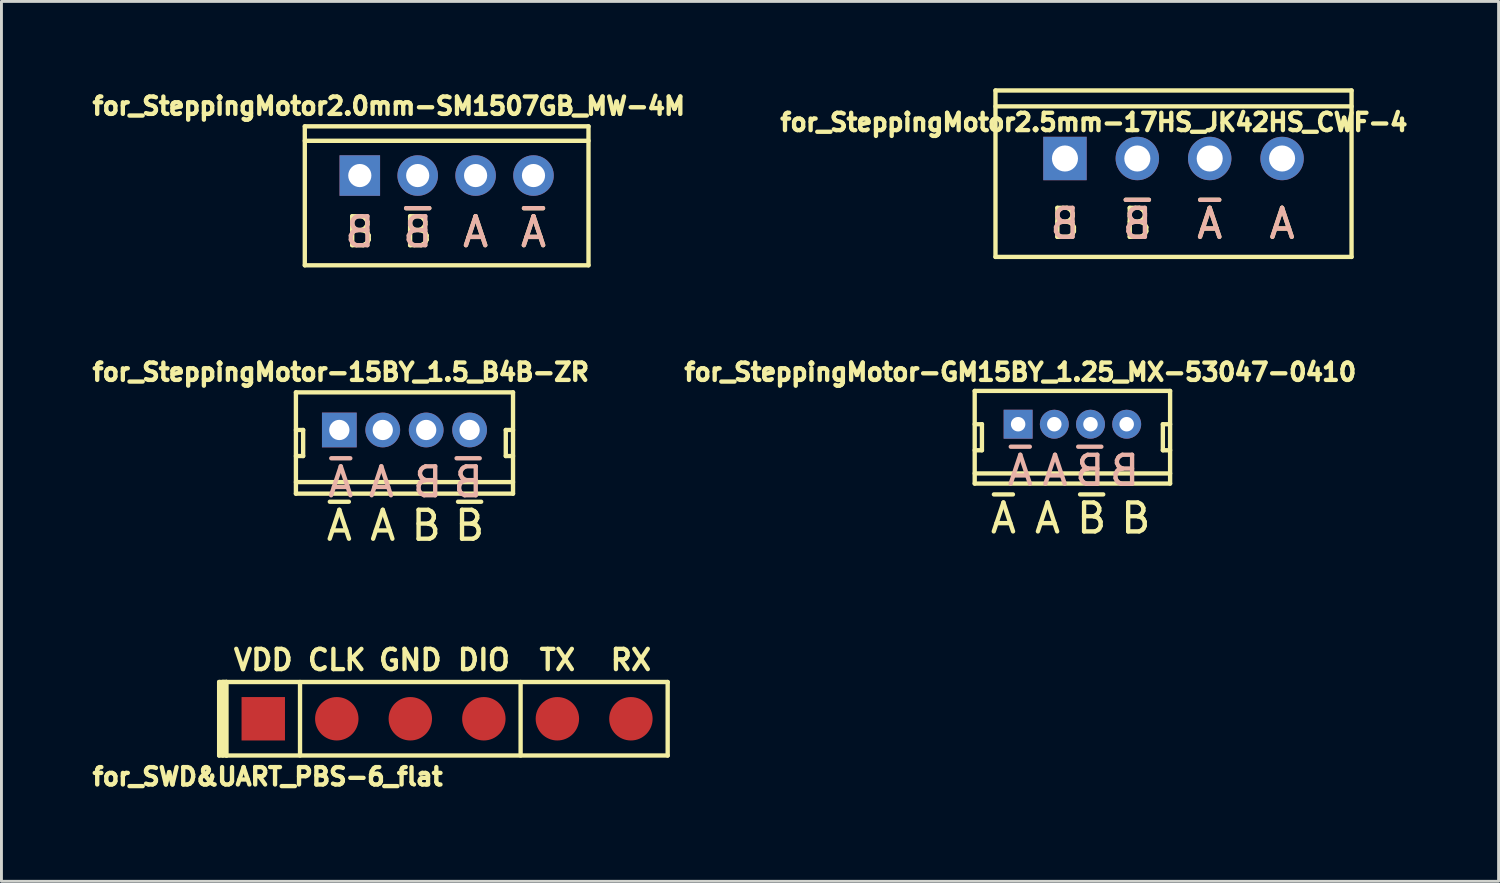
<source format=kicad_pcb>
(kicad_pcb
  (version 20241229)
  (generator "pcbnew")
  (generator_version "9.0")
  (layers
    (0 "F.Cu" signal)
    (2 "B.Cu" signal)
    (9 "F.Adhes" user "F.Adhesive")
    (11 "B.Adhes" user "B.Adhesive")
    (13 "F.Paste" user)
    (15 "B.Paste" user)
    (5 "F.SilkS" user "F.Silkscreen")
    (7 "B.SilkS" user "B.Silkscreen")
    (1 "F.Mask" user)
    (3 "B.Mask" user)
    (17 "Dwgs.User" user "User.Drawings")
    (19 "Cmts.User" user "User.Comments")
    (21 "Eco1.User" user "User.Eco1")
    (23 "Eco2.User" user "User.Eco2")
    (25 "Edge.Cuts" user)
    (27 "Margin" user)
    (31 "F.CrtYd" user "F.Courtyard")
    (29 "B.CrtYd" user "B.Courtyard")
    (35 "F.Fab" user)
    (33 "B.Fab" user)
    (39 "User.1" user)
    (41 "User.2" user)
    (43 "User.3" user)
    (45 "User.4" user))
  (footprint "for_SteppingMotor-15BY_1.5_B4B-ZR"
    (layer "F.Cu")
    (at 10.922 11.803)
    (property "Reference" "for_SteppingMotor-15BY_1.5_B4B-ZR" (at -2.2 -2 0) (layer "F.SilkS") (effects (font (size 0.6 0.6) (thickness 0.15))))
    (attr through_hole)
    (fp_line (start -3.75 -1.3) (end 3.75 -1.3) (stroke (width 0.15) (type solid)) (layer "F.SilkS"))
    (fp_line (start -3.75 0) (end -3.5 0) (stroke (width 0.15) (type solid)) (layer "F.SilkS"))
    (fp_line (start -3.75 2.2) (end -3.75 -1.3) (stroke (width 0.15) (type solid)) (layer "F.SilkS"))
    (fp_line (start -3.5 0) (end -3.5 0.9) (stroke (width 0.15) (type solid)) (layer "F.SilkS"))
    (fp_line (start -3.5 0.9) (end -3.75 0.9) (stroke (width 0.15) (type solid)) (layer "F.SilkS"))
    (fp_line (start 3.5 0) (end 3.5 0.9) (stroke (width 0.15) (type solid)) (layer "F.SilkS"))
    (fp_line (start 3.5 0.9) (end 3.75 0.9) (stroke (width 0.15) (type solid)) (layer "F.SilkS"))
    (fp_line (start 3.75 -1.3) (end 3.75 2.2) (stroke (width 0.15) (type solid)) (layer "F.SilkS"))
    (fp_line (start 3.75 0) (end 3.5 0) (stroke (width 0.15) (type solid)) (layer "F.SilkS"))
    (fp_line (start 3.75 1.8) (end -3.75 1.8) (stroke (width 0.15) (type solid)) (layer "F.SilkS"))
    (fp_line (start 3.75 2.2) (end -3.75 2.2) (stroke (width 0.15) (type solid)) (layer "F.SilkS"))
    (fp_text user "A" (at -0.75 3.302 0) (layer "F.SilkS") (effects (font (size 1 1) (thickness 0.15))))
    (fp_text user "~{A}" (at -2.25 3.302 0) (layer "F.SilkS") (effects (font (size 1 1) (thickness 0.15))))
    (fp_text user "B" (at 0.75 3.302 0) (layer "F.SilkS") (effects (font (size 1 1) (thickness 0.15))))
    (fp_text user "~{B}" (at 2.25 3.302 0) (layer "F.SilkS") (effects (font (size 1 1) (thickness 0.15))))
    (fp_text user "B" (at 0.8 1.8 0) (layer "B.SilkS") (effects (font (size 1 1) (thickness 0.15)) (justify mirror)))
    (fp_text user "~{A}" (at -2.2 1.8 0) (layer "B.SilkS") (effects (font (size 1 1) (thickness 0.15)) (justify mirror)))
    (fp_text user "~{B}" (at 2.2 1.8 0) (layer "B.SilkS") (effects (font (size 1 1) (thickness 0.15)) (justify mirror)))
    (fp_text user "A" (at -0.8 1.8 0) (layer "B.SilkS") (effects (font (size 1 1) (thickness 0.15))))
    (pad "A1" thru_hole circle (at -0.75 0) (size 1.2 1.2) (drill 0.7) (layers "*.Cu" "*.Mask"))
    (pad "A2" thru_hole rect (at -2.25 0) (size 1.2 1.2) (drill 0.7) (layers "*.Cu" "*.Mask"))
    (pad "B1" thru_hole circle (at 0.75 0) (size 1.2 1.2) (drill 0.7) (layers "*.Cu" "*.Mask"))
    (pad "B2" thru_hole circle (at 2.25 0) (size 1.2 1.2) (drill 0.7) (layers "*.Cu" "*.Mask")))
  (footprint "for_SWD&UART_PBS-6_flat"
    (layer "F.Cu")
    (at 12.394 21.779)
    (property "Reference" "for_SWD&UART_PBS-6_flat" (at -6.2 2 0) (layer "F.SilkS") (effects (font (size 0.6 0.6) (thickness 0.15))))
    (attr through_hole)
    (fp_line (start -7.874 -1.27) (end -7.62 -1.27) (stroke (width 0.15) (type solid)) (layer "F.SilkS"))
    (fp_line (start -7.874 1.27) (end -7.874 -1.27) (stroke (width 0.15) (type solid)) (layer "F.SilkS"))
    (fp_line (start -7.747 -1.27) (end -7.747 1.27) (stroke (width 0.15) (type solid)) (layer "F.SilkS"))
    (fp_line (start -7.62 -1.27) (end -7.747 -1.27) (stroke (width 0.15) (type solid)) (layer "F.SilkS"))
    (fp_line (start -7.62 -1.27) (end 7.62 -1.27) (stroke (width 0.15) (type solid)) (layer "F.SilkS"))
    (fp_line (start -7.62 1.27) (end -7.874 1.27) (stroke (width 0.15) (type solid)) (layer "F.SilkS"))
    (fp_line (start -7.62 1.27) (end -7.62 -1.27) (stroke (width 0.15) (type solid)) (layer "F.SilkS"))
    (fp_line (start -7.62 1.27) (end 7.62 1.27) (stroke (width 0.15) (type solid)) (layer "F.SilkS"))
    (fp_line (start -5.08 -1.27) (end -5.08 1.27) (stroke (width 0.15) (type solid)) (layer "F.SilkS"))
    (fp_line (start 2.54 -1.27) (end 2.54 1.27) (stroke (width 0.15) (type solid)) (layer "F.SilkS"))
    (fp_line (start 7.62 -1.27) (end 7.62 1.27) (stroke (width 0.15) (type solid)) (layer "F.SilkS"))
    (fp_text user "GND" (at -1.27 -2.032 0) (layer "F.SilkS") (effects (font (size 0.7 0.7) (thickness 0.15))))
    (fp_text user "RX" (at 6.35 -2.032 0) (layer "F.SilkS") (effects (font (size 0.7 0.7) (thickness 0.15))))
    (fp_text user "DIO" (at 1.27 -2.032 0) (layer "F.SilkS") (effects (font (size 0.7 0.7) (thickness 0.15))))
    (fp_text user "CLK" (at -3.81 -2.032 0) (layer "F.SilkS") (effects (font (size 0.7 0.7) (thickness 0.15))))
    (fp_text user "VDD" (at -6.35 -2.032 0) (layer "F.SilkS") (effects (font (size 0.7 0.7) (thickness 0.15))))
    (fp_text user "TX" (at 3.81 -2.032 0) (layer "F.SilkS") (effects (font (size 0.7 0.7) (thickness 0.15))))
    (pad "1" smd rect (at -6.35 0) (size 1.5 1.5) (layers "F.Cu" "F.Mask" "F.Paste"))
    (pad "2" smd circle (at -3.81 0) (size 1.5 1.5) (layers "F.Cu" "F.Mask" "F.Paste"))
    (pad "3" smd circle (at -1.27 0) (size 1.5 1.5) (layers "F.Cu" "F.Mask" "F.Paste"))
    (pad "4" smd circle (at 1.27 0) (size 1.5 1.5) (layers "F.Cu" "F.Mask" "F.Paste"))
    (pad "5" smd circle (at 3.81 0) (size 1.5 1.5) (layers "F.Cu" "F.Mask" "F.Paste"))
    (pad "6" smd circle (at 6.35 0) (size 1.5 1.5) (layers "F.Cu" "F.Mask" "F.Paste")))
  (footprint "for_SteppingMotor2.0mm-SM1507GB_MW-4M"
    (layer "F.Cu")
    (at 12.379 3.014)
    (property "Reference" "for_SteppingMotor2.0mm-SM1507GB_MW-4M" (at -2 -2.4 180) (layer "F.SilkS") (effects (font (size 0.6 0.6) (thickness 0.15))))
    (attr through_hole)
    (fp_line (start -4.9 -1.7) (end 4.9 -1.7) (stroke (width 0.15) (type solid)) (layer "F.SilkS"))
    (fp_line (start -4.9 -1.2) (end 4.9 -1.2) (stroke (width 0.15) (type solid)) (layer "F.SilkS"))
    (fp_line (start -4.9 3.1) (end -4.9 -1.7) (stroke (width 0.15) (type solid)) (layer "F.SilkS"))
    (fp_line (start 4.9 -1.7) (end 4.9 3.1) (stroke (width 0.15) (type solid)) (layer "F.SilkS"))
    (fp_line (start 4.9 3.1) (end -4.9 3.1) (stroke (width 0.15) (type solid)) (layer "F.SilkS"))
    (fp_text user "~{B}" (at -1 1.95 0) (layer "F.SilkS") (effects (font (size 1 1) (thickness 0.15))))
    (fp_text user "~{A}" (at 3 1.95 0) (layer "F.SilkS") (effects (font (size 1 1) (thickness 0.15))))
    (fp_text user "B" (at -3 1.95 0) (layer "F.SilkS") (effects (font (size 1 1) (thickness 0.15))))
    (fp_text user "A" (at 1 1.95 0) (layer "F.SilkS") (effects (font (size 1 1) (thickness 0.15))))
    (fp_text user "~{B}" (at -1 1.95 0) (layer "B.SilkS") (effects (font (size 1 1) (thickness 0.15)) (justify mirror)))
    (fp_text user "A" (at 1 1.95 0) (layer "B.SilkS") (effects (font (size 1 1) (thickness 0.15))))
    (fp_text user "B" (at -3 1.95 0) (layer "B.SilkS") (effects (font (size 1 1) (thickness 0.15)) (justify mirror)))
    (fp_text user "~{A}" (at 3 1.95 0) (layer "B.SilkS") (effects (font (size 1 1) (thickness 0.15)) (justify mirror)))
    (pad "A1" thru_hole circle (at 1 0) (size 1.4 1.4) (drill 0.8) (layers "*.Cu" "*.Mask"))
    (pad "A2" thru_hole circle (at 3 0) (size 1.4 1.4) (drill 0.8) (layers "*.Cu" "*.Mask"))
    (pad "B1" thru_hole rect (at -3 0) (size 1.4 1.4) (drill 0.8) (layers "*.Cu" "*.Mask"))
    (pad "B2" thru_hole circle (at -1 0) (size 1.4 1.4) (drill 0.8) (layers "*.Cu" "*.Mask")))
  (footprint "for_SteppingMotor-GM15BY_1.25_MX-53047-0410"
    (layer "F.Cu")
    (at 33.995 11.604)
    (property "Reference" "for_SteppingMotor-GM15BY_1.25_MX-53047-0410" (at -1.8 -1.8 0) (layer "F.SilkS") (effects (font (size 0.6 0.6) (thickness 0.15))))
    (attr through_hole)
    (fp_line (start -3.375 -1.15) (end 3.375 -1.15) (stroke (width 0.15) (type solid)) (layer "F.SilkS"))
    (fp_line (start -3.375 0) (end -3.125 0) (stroke (width 0.15) (type solid)) (layer "F.SilkS"))
    (fp_line (start -3.375 2.05) (end -3.375 -1.15) (stroke (width 0.15) (type solid)) (layer "F.SilkS"))
    (fp_line (start -3.125 0) (end -3.125 0.9) (stroke (width 0.15) (type solid)) (layer "F.SilkS"))
    (fp_line (start -3.125 0.9) (end -3.375 0.9) (stroke (width 0.15) (type solid)) (layer "F.SilkS"))
    (fp_line (start 3.125 0) (end 3.125 0.9) (stroke (width 0.15) (type solid)) (layer "F.SilkS"))
    (fp_line (start 3.125 0.9) (end 3.375 0.9) (stroke (width 0.15) (type solid)) (layer "F.SilkS"))
    (fp_line (start 3.375 -1.15) (end 3.375 2.05) (stroke (width 0.15) (type solid)) (layer "F.SilkS"))
    (fp_line (start 3.375 0) (end 3.125 0) (stroke (width 0.15) (type solid)) (layer "F.SilkS"))
    (fp_line (start 3.375 1.7) (end -3.375 1.7) (stroke (width 0.15) (type solid)) (layer "F.SilkS"))
    (fp_line (start 3.375 2.05) (end -3.375 2.05) (stroke (width 0.15) (type solid)) (layer "F.SilkS"))
    (fp_text user "~{B}" (at 0.665 3.248 0) (layer "F.SilkS") (effects (font (size 1 1) (thickness 0.15))))
    (fp_text user "~{A}" (at -2.383 3.248 0) (layer "F.SilkS") (effects (font (size 1 1) (thickness 0.15))))
    (fp_text user "A" (at -0.859 3.248 0) (layer "F.SilkS") (effects (font (size 1 1) (thickness 0.15))))
    (fp_text user "B" (at 2.189 3.248 0) (layer "F.SilkS") (effects (font (size 1 1) (thickness 0.15))))
    (fp_text user "A" (at -0.6 1.6 0) (layer "B.SilkS") (effects (font (size 1 1) (thickness 0.15)) (justify mirror)))
    (fp_text user "~{B}" (at 0.6 1.6 0) (layer "B.SilkS") (effects (font (size 1 1) (thickness 0.15)) (justify mirror)))
    (fp_text user "B" (at 1.8 1.6 0) (layer "B.SilkS") (effects (font (size 1 1) (thickness 0.15)) (justify mirror)))
    (fp_text user "~{A}" (at -1.8 1.6 0) (layer "B.SilkS") (effects (font (size 1 1) (thickness 0.15)) (justify mirror)))
    (pad "A1" thru_hole circle (at -0.625 0) (size 1 1) (drill 0.5) (layers "*.Cu" "*.Mask"))
    (pad "A2" thru_hole rect (at -1.875 0) (size 1 1) (drill 0.5) (layers "*.Cu" "*.Mask"))
    (pad "B1" thru_hole circle (at 1.875 0) (size 1 1) (drill 0.5) (layers "*.Cu" "*.Mask"))
    (pad "B2" thru_hole circle (at 0.625 0) (size 1 1) (drill 0.5) (layers "*.Cu" "*.Mask")))
  (footprint "for_SteppingMotor2.5mm-17HS_JK42HS_CWF-4"
    (layer "F.Cu")
    (at 37.488 2.425)
    (property "Reference" "for_SteppingMotor2.5mm-17HS_JK42HS_CWF-4" (at -2.75 -1.25 180) (layer "F.SilkS") (effects (font (size 0.6 0.6) (thickness 0.15))))
    (attr through_hole)
    (fp_line (start -6.15 -2.35) (end 6.15 -2.35) (stroke (width 0.15) (type solid)) (layer "F.SilkS"))
    (fp_line (start -6.15 -1.8) (end 6.15 -1.8) (stroke (width 0.15) (type solid)) (layer "F.SilkS"))
    (fp_line (start -6.15 3.4) (end -6.15 -2.35) (stroke (width 0.15) (type solid)) (layer "F.SilkS"))
    (fp_line (start 6.15 -2.35) (end 6.15 3.4) (stroke (width 0.15) (type solid)) (layer "F.SilkS"))
    (fp_line (start 6.15 3.4) (end -6.15 3.4) (stroke (width 0.15) (type solid)) (layer "F.SilkS"))
    (fp_text user "B" (at -3.75 2.25 0) (layer "F.SilkS") (effects (font (size 1 1) (thickness 0.15))))
    (fp_text user "~{A}" (at 1.25 2.25 0) (layer "F.SilkS") (effects (font (size 1 1) (thickness 0.15))))
    (fp_text user "~{B}" (at -1.25 2.25 0) (layer "F.SilkS") (effects (font (size 1 1) (thickness 0.15))))
    (fp_text user "A" (at 3.75 2.25 0) (layer "F.SilkS") (effects (font (size 1 1) (thickness 0.15))))
    (fp_text user "B" (at -3.75 2.25 0) (layer "B.SilkS") (effects (font (size 1 1) (thickness 0.15)) (justify mirror)))
    (fp_text user "~{B}" (at -1.25 2.25 0) (layer "B.SilkS") (effects (font (size 1 1) (thickness 0.15)) (justify mirror)))
    (fp_text user "A" (at 3.75 2.25 0) (layer "B.SilkS") (effects (font (size 1 1) (thickness 0.15))))
    (fp_text user "~{A}" (at 1.25 2.25 0) (layer "B.SilkS") (effects (font (size 1 1) (thickness 0.15)) (justify mirror)))
    (pad "A1" thru_hole circle (at 3.75 0) (size 1.5 1.5) (drill 0.9) (layers "*.Cu" "*.Mask"))
    (pad "A2" thru_hole circle (at 1.25 0) (size 1.5 1.5) (drill 0.9) (layers "*.Cu" "*.Mask"))
    (pad "B1" thru_hole rect (at -3.75 0) (size 1.5 1.5) (drill 0.9) (layers "*.Cu" "*.Mask"))
    (pad "B2" thru_hole circle (at -1.25 0) (size 1.5 1.5) (drill 0.9) (layers "*.Cu" "*.Mask")))
  (gr_rect
    (start -3 -3)
    (end 48.717 27.394)
    (stroke (width 0.1) (type default))
    (fill no)
    (layer "Edge.Cuts")))
</source>
